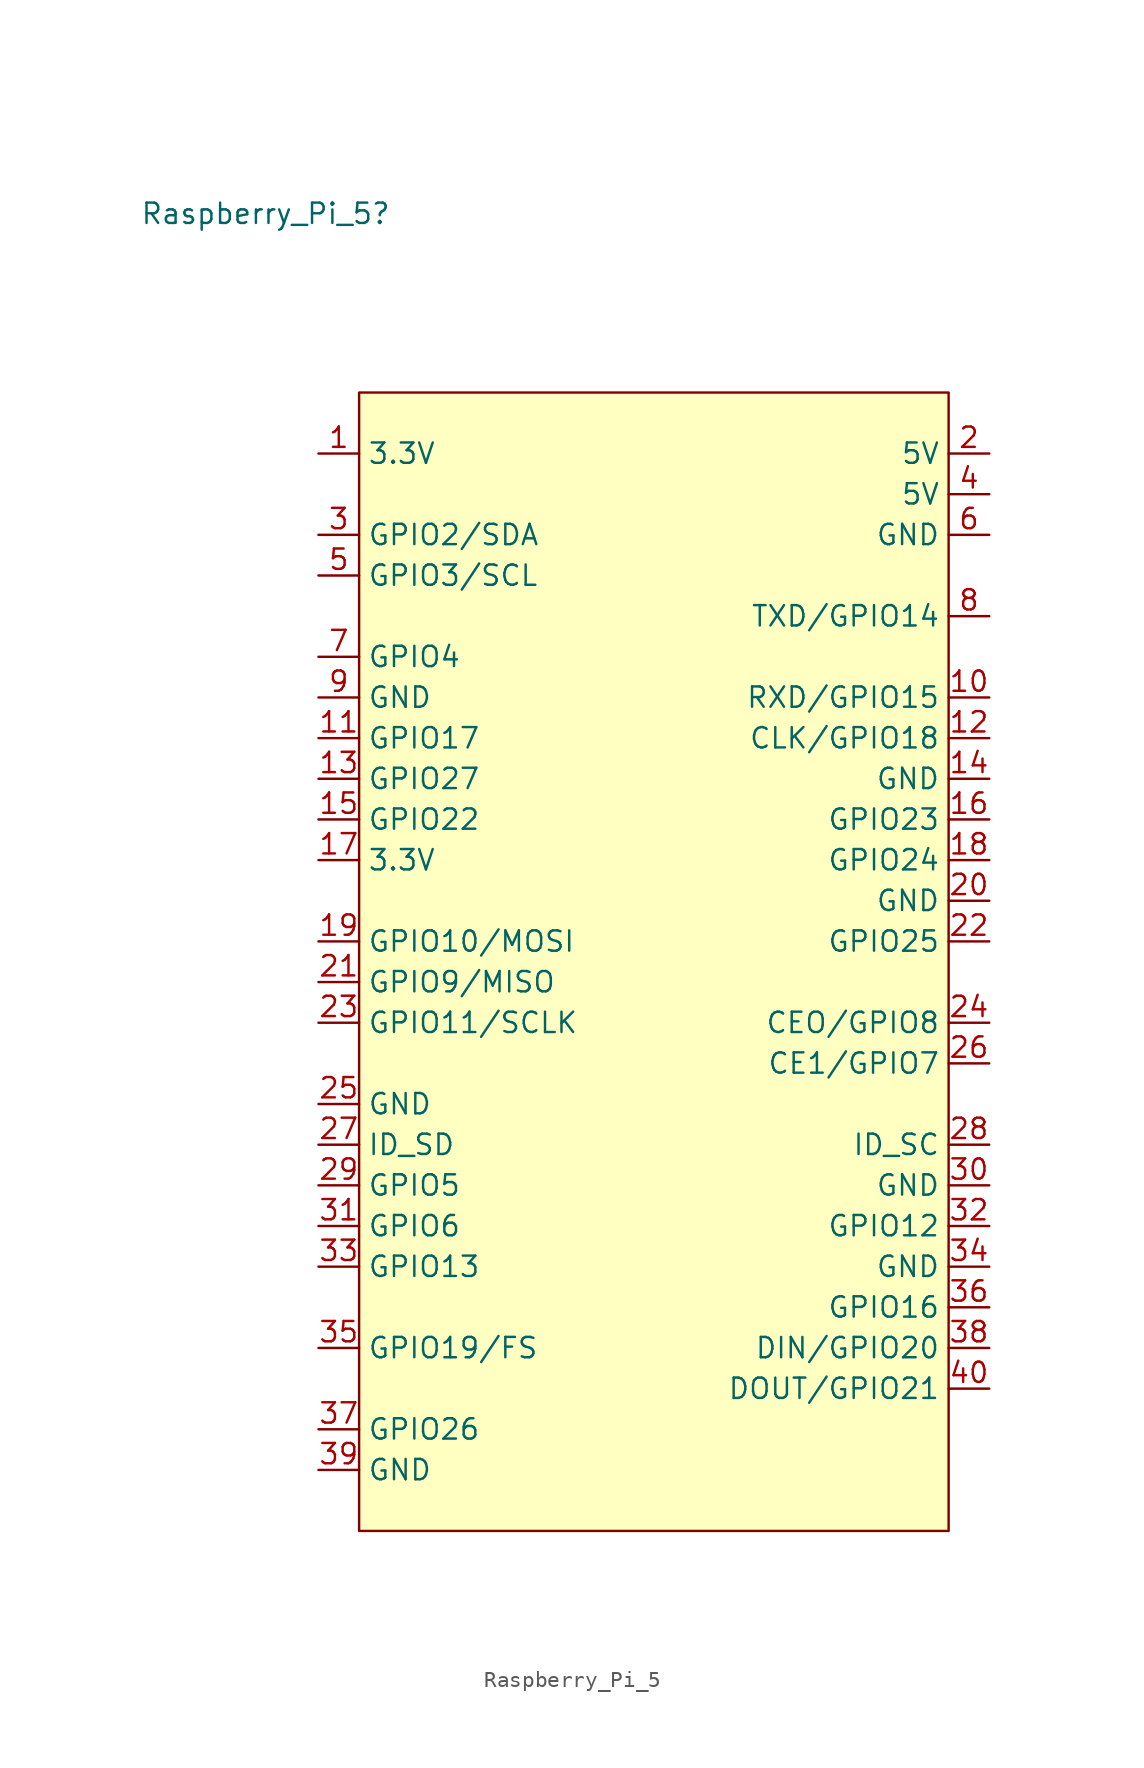
<source format=kicad_sym>
(kicad_symbol_lib
  (version 20231120)
  (generator "kicad_symbol_editor")
  (generator_version "8.0")
  (symbol "Raspberry_Pi_5"
    (property "Reference" "Raspberry_Pi_5"
      (at -12.192 27.686 0)
      (effects (font (size 1.27 1.27))))
    (property "Value" ""
      (at 0 -3.81 0)
      (effects (font (size 1.27 1.27))))
    (symbol "Raspberry_Pi_5_0_1"
      (rectangle (start -6.35 16.51) (end 30.48 -54.61) (stroke (width 0) (type default)) (fill (type background))))
    (symbol "Raspberry_Pi_5_1_0"
      (pin output line (at 33.02 -2.54 180) (length 2.54) (name "RXD/GPIO15" (effects (font (size 1.27 1.27)))) (number "10" (effects (font (size 1.27 1.27)))))
      (pin output line (at -8.89 -5.08 0) (length 2.54) (name "GPIO17" (effects (font (size 1.27 1.27)))) (number "11" (effects (font (size 1.27 1.27)))))
      (pin output line (at 33.02 -5.08 180) (length 2.54) (name "CLK/GPIO18" (effects (font (size 1.27 1.27)))) (number "12" (effects (font (size 1.27 1.27)))))
      (pin output line (at -8.89 -7.62 0) (length 2.54) (name "GPIO27" (effects (font (size 1.27 1.27)))) (number "13" (effects (font (size 1.27 1.27)))))
      (pin output line (at 33.02 -7.62 180) (length 2.54) (name "GND" (effects (font (size 1.27 1.27)))) (number "14" (effects (font (size 1.27 1.27)))))
      (pin output line (at -8.89 -10.16 0) (length 2.54) (name "GPIO22" (effects (font (size 1.27 1.27)))) (number "15" (effects (font (size 1.27 1.27)))))
      (pin output line (at 33.02 -10.16 180) (length 2.54) (name "GPIO23" (effects (font (size 1.27 1.27)))) (number "16" (effects (font (size 1.27 1.27)))))
      (pin output line (at -8.89 -12.7 0) (length 2.54) (name "3.3V" (effects (font (size 1.27 1.27)))) (number "17" (effects (font (size 1.27 1.27)))))
      (pin output line (at 33.02 -12.7 180) (length 2.54) (name "GPIO24" (effects (font (size 1.27 1.27)))) (number "18" (effects (font (size 1.27 1.27)))))
      (pin output line (at -8.89 -17.78 0) (length 2.54) (name "GPIO10/MOSI" (effects (font (size 1.27 1.27)))) (number "19" (effects (font (size 1.27 1.27)))))
      (pin output line (at 33.02 12.7 180) (length 2.54) (name "5V" (effects (font (size 1.27 1.27)))) (number "2" (effects (font (size 1.27 1.27)))))
      (pin output line (at 33.02 -15.24 180) (length 2.54) (name "GND" (effects (font (size 1.27 1.27)))) (number "20" (effects (font (size 1.27 1.27)))))
      (pin output line (at -8.89 -20.32 0) (length 2.54) (name "GPIO9/MISO" (effects (font (size 1.27 1.27)))) (number "21" (effects (font (size 1.27 1.27)))))
      (pin output line (at 33.02 -17.78 180) (length 2.54) (name "GPIO25" (effects (font (size 1.27 1.27)))) (number "22" (effects (font (size 1.27 1.27)))))
      (pin output line (at -8.89 -22.86 0) (length 2.54) (name "GPIO11/SCLK" (effects (font (size 1.27 1.27)))) (number "23" (effects (font (size 1.27 1.27)))))
      (pin output line (at 33.02 -22.86 180) (length 2.54) (name "CEO/GPIO8" (effects (font (size 1.27 1.27)))) (number "24" (effects (font (size 1.27 1.27)))))
      (pin output line (at -8.89 -27.94 0) (length 2.54) (name "GND" (effects (font (size 1.27 1.27)))) (number "25" (effects (font (size 1.27 1.27)))))
      (pin output line (at 33.02 -25.4 180) (length 2.54) (name "CE1/GPIO7" (effects (font (size 1.27 1.27)))) (number "26" (effects (font (size 1.27 1.27)))))
      (pin output line (at -8.89 -30.48 0) (length 2.54) (name "ID_SD" (effects (font (size 1.27 1.27)))) (number "27" (effects (font (size 1.27 1.27)))))
      (pin output line (at 33.02 -30.48 180) (length 2.54) (name "ID_SC" (effects (font (size 1.27 1.27)))) (number "28" (effects (font (size 1.27 1.27)))))
      (pin output line (at -8.89 -33.02 0) (length 2.54) (name "GPIO5" (effects (font (size 1.27 1.27)))) (number "29" (effects (font (size 1.27 1.27)))))
      (pin output line (at -8.89 7.62 0) (length 2.54) (name "GPIO2/SDA" (effects (font (size 1.27 1.27)))) (number "3" (effects (font (size 1.27 1.27)))))
      (pin output line (at 33.02 -33.02 180) (length 2.54) (name "GND" (effects (font (size 1.27 1.27)))) (number "30" (effects (font (size 1.27 1.27)))))
      (pin output line (at -8.89 -35.56 0) (length 2.54) (name "GPIO6" (effects (font (size 1.27 1.27)))) (number "31" (effects (font (size 1.27 1.27)))))
      (pin output line (at 33.02 -35.56 180) (length 2.54) (name "GPIO12" (effects (font (size 1.27 1.27)))) (number "32" (effects (font (size 1.27 1.27)))))
      (pin output line (at -8.89 -38.1 0) (length 2.54) (name "GPIO13" (effects (font (size 1.27 1.27)))) (number "33" (effects (font (size 1.27 1.27)))))
      (pin output line (at 33.02 -38.1 180) (length 2.54) (name "GND" (effects (font (size 1.27 1.27)))) (number "34" (effects (font (size 1.27 1.27)))))
      (pin output line (at -8.89 -43.18 0) (length 2.54) (name "GPIO19/FS" (effects (font (size 1.27 1.27)))) (number "35" (effects (font (size 1.27 1.27)))))
      (pin output line (at 33.02 -40.64 180) (length 2.54) (name "GPIO16" (effects (font (size 1.27 1.27)))) (number "36" (effects (font (size 1.27 1.27)))))
      (pin output line (at -8.89 -48.26 0) (length 2.54) (name "GPIO26" (effects (font (size 1.27 1.27)))) (number "37" (effects (font (size 1.27 1.27)))))
      (pin output line (at 33.02 -43.18 180) (length 2.54) (name "DIN/GPIO20" (effects (font (size 1.27 1.27)))) (number "38" (effects (font (size 1.27 1.27)))))
      (pin output line (at -8.89 -50.8 0) (length 2.54) (name "GND" (effects (font (size 1.27 1.27)))) (number "39" (effects (font (size 1.27 1.27)))))
      (pin output line (at 33.02 10.16 180) (length 2.54) (name "5V" (effects (font (size 1.27 1.27)))) (number "4" (effects (font (size 1.27 1.27)))))
      (pin output line (at 33.02 -45.72 180) (length 2.54) (name "DOUT/GPIO21" (effects (font (size 1.27 1.27)))) (number "40" (effects (font (size 1.27 1.27)))))
      (pin output line (at -8.89 5.08 0) (length 2.54) (name "GPIO3/SCL" (effects (font (size 1.27 1.27)))) (number "5" (effects (font (size 1.27 1.27)))))
      (pin output line (at 33.02 7.62 180) (length 2.54) (name "GND" (effects (font (size 1.27 1.27)))) (number "6" (effects (font (size 1.27 1.27)))))
      (pin output line (at -8.89 0 0) (length 2.54) (name "GPIO4" (effects (font (size 1.27 1.27)))) (number "7" (effects (font (size 1.27 1.27)))))
      (pin output line (at 33.02 2.54 180) (length 2.54) (name "TXD/GPIO14" (effects (font (size 1.27 1.27)))) (number "8" (effects (font (size 1.27 1.27)))))
      (pin output line (at -8.89 -2.54 0) (length 2.54) (name "GND" (effects (font (size 1.27 1.27)))) (number "9" (effects (font (size 1.27 1.27))))))
    (symbol "Raspberry_Pi_5_1_1"
      (pin output line (at -8.89 12.7 0) (length 2.54) (name "3.3V" (effects (font (size 1.27 1.27)))) (number "1" (effects (font (size 1.27 1.27))))))))
</source>
